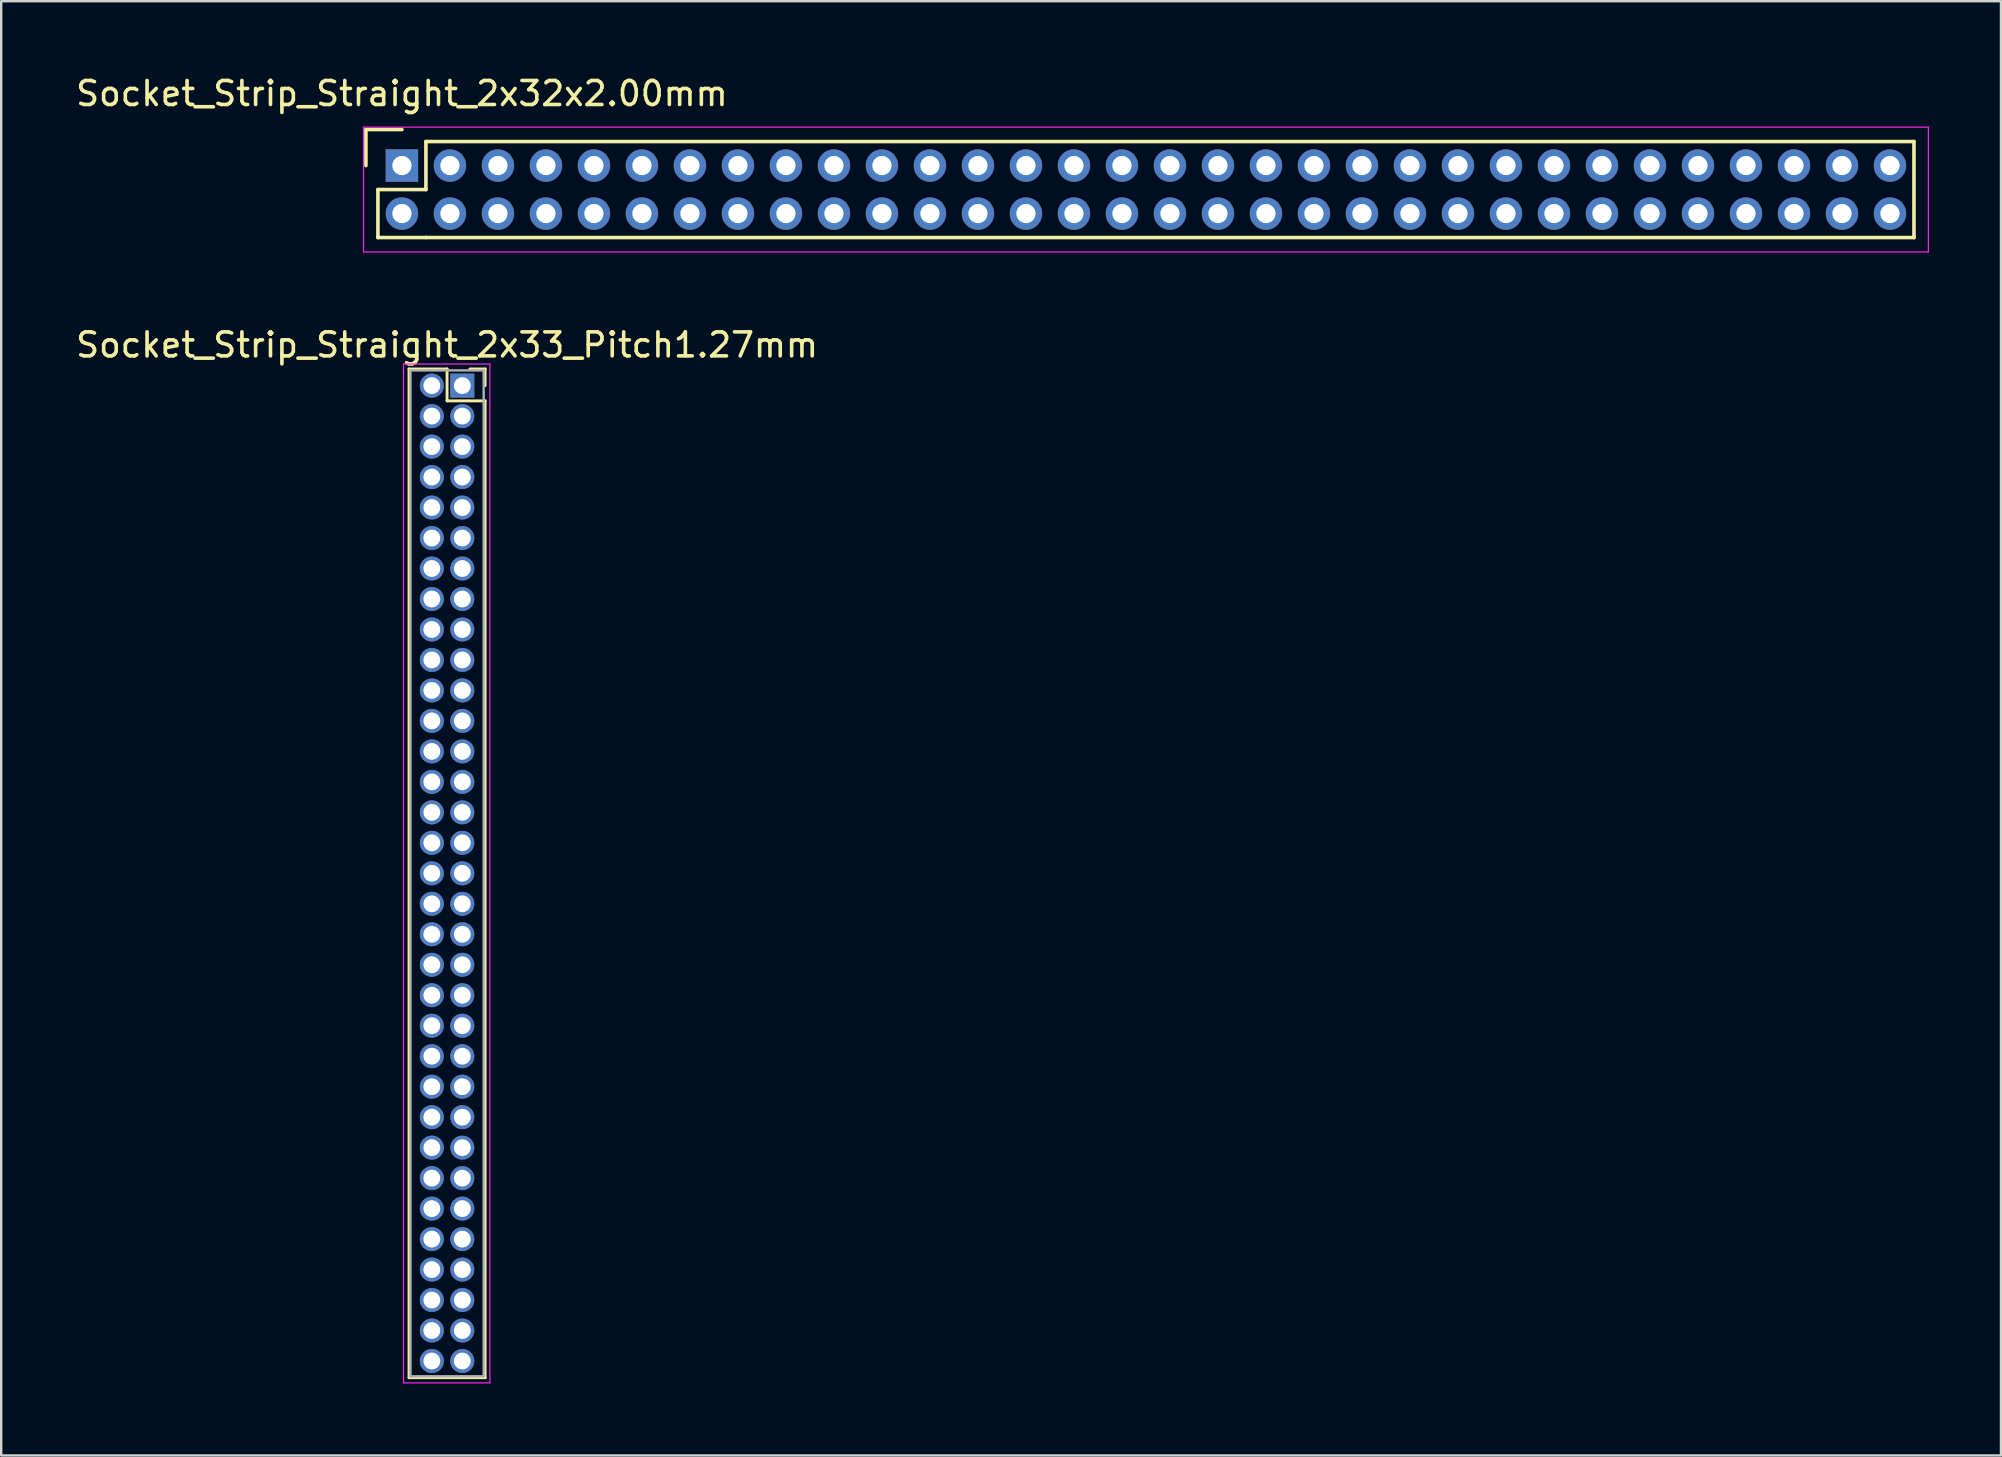
<source format=kicad_pcb>
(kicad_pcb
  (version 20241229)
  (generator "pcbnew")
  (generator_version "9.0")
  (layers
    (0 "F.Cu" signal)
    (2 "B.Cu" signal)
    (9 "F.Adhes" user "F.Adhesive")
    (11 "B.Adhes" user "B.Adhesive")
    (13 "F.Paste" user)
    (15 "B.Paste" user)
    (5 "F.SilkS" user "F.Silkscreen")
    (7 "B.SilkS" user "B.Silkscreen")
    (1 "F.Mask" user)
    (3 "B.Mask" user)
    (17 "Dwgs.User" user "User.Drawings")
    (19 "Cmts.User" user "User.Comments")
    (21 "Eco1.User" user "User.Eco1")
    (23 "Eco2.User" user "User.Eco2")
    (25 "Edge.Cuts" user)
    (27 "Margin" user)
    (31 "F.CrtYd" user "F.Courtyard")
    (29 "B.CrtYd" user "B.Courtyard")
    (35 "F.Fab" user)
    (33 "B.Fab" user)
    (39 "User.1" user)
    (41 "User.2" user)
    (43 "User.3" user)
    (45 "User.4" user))
  (footprint "Socket_Strip_Straight_2x32x2.00mm"
    (layer "F.Cu")
    (at 13.696 3.848)
    (property "Reference" "Socket_Strip_Straight_2x32x2.00mm" (at 0 -3 0) (layer "F.SilkS") (effects (font (size 1 1) (thickness 0.15))))
    (attr through_hole)
    (fp_line (start -1.5 -1.5) (end -1.5 0) (stroke (width 0.15) (type solid)) (layer "F.SilkS"))
    (fp_line (start -1 1) (end -1 3) (stroke (width 0.15) (type solid)) (layer "F.SilkS"))
    (fp_line (start -1 3) (end 1 3) (stroke (width 0.15) (type solid)) (layer "F.SilkS"))
    (fp_line (start 0 -1.5) (end -1.5 -1.5) (stroke (width 0.15) (type solid)) (layer "F.SilkS"))
    (fp_line (start 1 -1) (end 1 1) (stroke (width 0.15) (type solid)) (layer "F.SilkS"))
    (fp_line (start 1 1) (end -1 1) (stroke (width 0.15) (type solid)) (layer "F.SilkS"))
    (fp_line (start 1 3) (end 63 3) (stroke (width 0.15) (type solid)) (layer "F.SilkS"))
    (fp_line (start 63 -1) (end 1 -1) (stroke (width 0.15) (type solid)) (layer "F.SilkS"))
    (fp_line (start 63 3) (end 63 -1) (stroke (width 0.15) (type solid)) (layer "F.SilkS"))
    (fp_line (start -1.6 -1.6) (end -1.6 3.6) (stroke (width 0.05) (type solid)) (layer "F.CrtYd"))
    (fp_line (start -1.6 3.6) (end 63.6 3.6) (stroke (width 0.05) (type solid)) (layer "F.CrtYd"))
    (fp_line (start 63.6 -1.6) (end -1.6 -1.6) (stroke (width 0.05) (type solid)) (layer "F.CrtYd"))
    (fp_line (start 63.6 3.6) (end 63.6 -1.6) (stroke (width 0.05) (type solid)) (layer "F.CrtYd"))
    (pad "1" thru_hole rect (at 0 0) (size 1.35 1.35) (drill 0.8) (layers "*.Cu" "*.Mask"))
    (pad "2" thru_hole circle (at 0 2) (size 1.35 1.35) (drill 0.8) (layers "*.Cu" "*.Mask"))
    (pad "3" thru_hole circle (at 2 0) (size 1.35 1.35) (drill 0.8) (layers "*.Cu" "*.Mask"))
    (pad "4" thru_hole circle (at 2 2) (size 1.35 1.35) (drill 0.8) (layers "*.Cu" "*.Mask"))
    (pad "5" thru_hole circle (at 4 0) (size 1.35 1.35) (drill 0.8) (layers "*.Cu" "*.Mask"))
    (pad "6" thru_hole circle (at 4 2) (size 1.35 1.35) (drill 0.8) (layers "*.Cu" "*.Mask"))
    (pad "7" thru_hole circle (at 6 0) (size 1.35 1.35) (drill 0.8) (layers "*.Cu" "*.Mask"))
    (pad "8" thru_hole circle (at 6 2) (size 1.35 1.35) (drill 0.8) (layers "*.Cu" "*.Mask"))
    (pad "9" thru_hole circle (at 8 0) (size 1.35 1.35) (drill 0.8) (layers "*.Cu" "*.Mask"))
    (pad "10" thru_hole circle (at 8 2) (size 1.35 1.35) (drill 0.8) (layers "*.Cu" "*.Mask"))
    (pad "11" thru_hole circle (at 10 0) (size 1.35 1.35) (drill 0.8) (layers "*.Cu" "*.Mask"))
    (pad "12" thru_hole circle (at 10 2) (size 1.35 1.35) (drill 0.8) (layers "*.Cu" "*.Mask"))
    (pad "13" thru_hole circle (at 12 0) (size 1.35 1.35) (drill 0.8) (layers "*.Cu" "*.Mask"))
    (pad "14" thru_hole circle (at 12 2) (size 1.35 1.35) (drill 0.8) (layers "*.Cu" "*.Mask"))
    (pad "15" thru_hole circle (at 14 0) (size 1.35 1.35) (drill 0.8) (layers "*.Cu" "*.Mask"))
    (pad "16" thru_hole circle (at 14 2) (size 1.35 1.35) (drill 0.8) (layers "*.Cu" "*.Mask"))
    (pad "17" thru_hole circle (at 16 0) (size 1.35 1.35) (drill 0.8) (layers "*.Cu" "*.Mask"))
    (pad "18" thru_hole circle (at 16 2) (size 1.35 1.35) (drill 0.8) (layers "*.Cu" "*.Mask"))
    (pad "19" thru_hole circle (at 18 0) (size 1.35 1.35) (drill 0.8) (layers "*.Cu" "*.Mask"))
    (pad "20" thru_hole circle (at 18 2) (size 1.35 1.35) (drill 0.8) (layers "*.Cu" "*.Mask"))
    (pad "21" thru_hole circle (at 20 0) (size 1.35 1.35) (drill 0.8) (layers "*.Cu" "*.Mask"))
    (pad "22" thru_hole circle (at 20 2) (size 1.35 1.35) (drill 0.8) (layers "*.Cu" "*.Mask"))
    (pad "23" thru_hole circle (at 22 0) (size 1.35 1.35) (drill 0.8) (layers "*.Cu" "*.Mask"))
    (pad "24" thru_hole circle (at 22 2) (size 1.35 1.35) (drill 0.8) (layers "*.Cu" "*.Mask"))
    (pad "25" thru_hole circle (at 24 0) (size 1.35 1.35) (drill 0.8) (layers "*.Cu" "*.Mask"))
    (pad "26" thru_hole circle (at 24 2) (size 1.35 1.35) (drill 0.8) (layers "*.Cu" "*.Mask"))
    (pad "27" thru_hole circle (at 26 0) (size 1.35 1.35) (drill 0.8) (layers "*.Cu" "*.Mask"))
    (pad "28" thru_hole circle (at 26 2) (size 1.35 1.35) (drill 0.8) (layers "*.Cu" "*.Mask"))
    (pad "29" thru_hole circle (at 28 0) (size 1.35 1.35) (drill 0.8) (layers "*.Cu" "*.Mask"))
    (pad "30" thru_hole circle (at 28 2) (size 1.35 1.35) (drill 0.8) (layers "*.Cu" "*.Mask"))
    (pad "31" thru_hole circle (at 30 0) (size 1.35 1.35) (drill 0.8) (layers "*.Cu" "*.Mask"))
    (pad "32" thru_hole circle (at 30 2) (size 1.35 1.35) (drill 0.8) (layers "*.Cu" "*.Mask"))
    (pad "33" thru_hole circle (at 32 0) (size 1.35 1.35) (drill 0.8) (layers "*.Cu" "*.Mask"))
    (pad "34" thru_hole circle (at 32 2) (size 1.35 1.35) (drill 0.8) (layers "*.Cu" "*.Mask"))
    (pad "35" thru_hole circle (at 34 0) (size 1.35 1.35) (drill 0.8) (layers "*.Cu" "*.Mask"))
    (pad "36" thru_hole circle (at 34 2) (size 1.35 1.35) (drill 0.8) (layers "*.Cu" "*.Mask"))
    (pad "37" thru_hole circle (at 36 0) (size 1.35 1.35) (drill 0.8) (layers "*.Cu" "*.Mask"))
    (pad "38" thru_hole circle (at 36 2) (size 1.35 1.35) (drill 0.8) (layers "*.Cu" "*.Mask"))
    (pad "39" thru_hole circle (at 38 0) (size 1.35 1.35) (drill 0.8) (layers "*.Cu" "*.Mask"))
    (pad "40" thru_hole circle (at 38 2) (size 1.35 1.35) (drill 0.8) (layers "*.Cu" "*.Mask"))
    (pad "41" thru_hole circle (at 40 0) (size 1.35 1.35) (drill 0.8) (layers "*.Cu" "*.Mask"))
    (pad "42" thru_hole circle (at 40 2) (size 1.35 1.35) (drill 0.8) (layers "*.Cu" "*.Mask"))
    (pad "43" thru_hole circle (at 42 0) (size 1.35 1.35) (drill 0.8) (layers "*.Cu" "*.Mask"))
    (pad "44" thru_hole circle (at 42 2) (size 1.35 1.35) (drill 0.8) (layers "*.Cu" "*.Mask"))
    (pad "45" thru_hole circle (at 44 0) (size 1.35 1.35) (drill 0.8) (layers "*.Cu" "*.Mask"))
    (pad "46" thru_hole circle (at 44 2) (size 1.35 1.35) (drill 0.8) (layers "*.Cu" "*.Mask"))
    (pad "47" thru_hole circle (at 46 0) (size 1.35 1.35) (drill 0.8) (layers "*.Cu" "*.Mask"))
    (pad "48" thru_hole circle (at 46 2) (size 1.35 1.35) (drill 0.8) (layers "*.Cu" "*.Mask"))
    (pad "49" thru_hole circle (at 48 0) (size 1.35 1.35) (drill 0.8) (layers "*.Cu" "*.Mask"))
    (pad "50" thru_hole circle (at 48 2) (size 1.35 1.35) (drill 0.8) (layers "*.Cu" "*.Mask"))
    (pad "51" thru_hole circle (at 50 0) (size 1.35 1.35) (drill 0.8) (layers "*.Cu" "*.Mask"))
    (pad "52" thru_hole circle (at 50 2) (size 1.35 1.35) (drill 0.8) (layers "*.Cu" "*.Mask"))
    (pad "53" thru_hole circle (at 52 0) (size 1.35 1.35) (drill 0.8) (layers "*.Cu" "*.Mask"))
    (pad "54" thru_hole circle (at 52 2) (size 1.35 1.35) (drill 0.8) (layers "*.Cu" "*.Mask"))
    (pad "55" thru_hole circle (at 54 0) (size 1.35 1.35) (drill 0.8) (layers "*.Cu" "*.Mask"))
    (pad "56" thru_hole circle (at 54 2) (size 1.35 1.35) (drill 0.8) (layers "*.Cu" "*.Mask"))
    (pad "57" thru_hole circle (at 56 0) (size 1.35 1.35) (drill 0.8) (layers "*.Cu" "*.Mask"))
    (pad "58" thru_hole circle (at 56 2) (size 1.35 1.35) (drill 0.8) (layers "*.Cu" "*.Mask"))
    (pad "59" thru_hole circle (at 58 0) (size 1.35 1.35) (drill 0.8) (layers "*.Cu" "*.Mask"))
    (pad "60" thru_hole circle (at 58 2) (size 1.35 1.35) (drill 0.8) (layers "*.Cu" "*.Mask"))
    (pad "61" thru_hole circle (at 60 0) (size 1.35 1.35) (drill 0.8) (layers "*.Cu" "*.Mask"))
    (pad "62" thru_hole circle (at 60 2) (size 1.35 1.35) (drill 0.8) (layers "*.Cu" "*.Mask"))
    (pad "63" thru_hole circle (at 62 0) (size 1.35 1.35) (drill 0.8) (layers "*.Cu" "*.Mask"))
    (pad "64" thru_hole circle (at 62 2) (size 1.35 1.35) (drill 0.8) (layers "*.Cu" "*.Mask")))
  (footprint "Socket_Strip_Straight_2x33_Pitch1.27mm"
    (layer "F.Cu")
    (at 16.212 13.017)
    (property "Reference" "Socket_Strip_Straight_2x33_Pitch1.27mm" (at -0.635 -1.695 0) (layer "F.SilkS") (effects (font (size 1 1) (thickness 0.15))))
    (attr through_hole)
    (fp_line (start -2.22 -0.695) (end -0.635 -0.695) (stroke (width 0.12) (type solid)) (layer "F.SilkS"))
    (fp_line (start -2.22 41.335) (end -2.22 -0.695) (stroke (width 0.12) (type solid)) (layer "F.SilkS"))
    (fp_line (start -0.635 -0.695) (end -0.635 0.635) (stroke (width 0.12) (type solid)) (layer "F.SilkS"))
    (fp_line (start -0.635 0.635) (end 0.95 0.635) (stroke (width 0.12) (type solid)) (layer "F.SilkS"))
    (fp_line (start 0.95 -0.695) (end 0.315 -0.695) (stroke (width 0.12) (type solid)) (layer "F.SilkS"))
    (fp_line (start 0.95 0) (end 0.95 -0.695) (stroke (width 0.12) (type solid)) (layer "F.SilkS"))
    (fp_line (start 0.95 0.635) (end 0.95 41.335) (stroke (width 0.12) (type solid)) (layer "F.SilkS"))
    (fp_line (start 0.95 41.335) (end -2.22 41.335) (stroke (width 0.12) (type solid)) (layer "F.SilkS"))
    (fp_line (start -2.45 -0.9) (end -2.45 41.55) (stroke (width 0.05) (type solid)) (layer "F.CrtYd"))
    (fp_line (start -2.45 41.55) (end 1.15 41.55) (stroke (width 0.05) (type solid)) (layer "F.CrtYd"))
    (fp_line (start 1.15 -0.9) (end -2.45 -0.9) (stroke (width 0.05) (type solid)) (layer "F.CrtYd"))
    (fp_line (start 1.15 41.55) (end 1.15 -0.9) (stroke (width 0.05) (type solid)) (layer "F.CrtYd"))
    (fp_line (start -2.16 -0.635) (end -2.16 41.275) (stroke (width 0.1) (type solid)) (layer "F.Fab"))
    (fp_line (start -2.16 41.275) (end 0.89 41.275) (stroke (width 0.1) (type solid)) (layer "F.Fab"))
    (fp_line (start 0.89 -0.635) (end -2.16 -0.635) (stroke (width 0.1) (type solid)) (layer "F.Fab"))
    (fp_line (start 0.89 41.275) (end 0.89 -0.635) (stroke (width 0.1) (type solid)) (layer "F.Fab"))
    (pad "1" thru_hole rect (at 0 0) (size 1 1) (drill 0.7) (layers "*.Cu" "*.Mask"))
    (pad "2" thru_hole oval (at -1.27 0) (size 1 1) (drill 0.7) (layers "*.Cu" "*.Mask"))
    (pad "3" thru_hole oval (at 0 1.27) (size 1 1) (drill 0.7) (layers "*.Cu" "*.Mask"))
    (pad "4" thru_hole oval (at -1.27 1.27) (size 1 1) (drill 0.7) (layers "*.Cu" "*.Mask"))
    (pad "5" thru_hole oval (at 0 2.54) (size 1 1) (drill 0.7) (layers "*.Cu" "*.Mask"))
    (pad "6" thru_hole oval (at -1.27 2.54) (size 1 1) (drill 0.7) (layers "*.Cu" "*.Mask"))
    (pad "7" thru_hole oval (at 0 3.81) (size 1 1) (drill 0.7) (layers "*.Cu" "*.Mask"))
    (pad "8" thru_hole oval (at -1.27 3.81) (size 1 1) (drill 0.7) (layers "*.Cu" "*.Mask"))
    (pad "9" thru_hole oval (at 0 5.08) (size 1 1) (drill 0.7) (layers "*.Cu" "*.Mask"))
    (pad "10" thru_hole oval (at -1.27 5.08) (size 1 1) (drill 0.7) (layers "*.Cu" "*.Mask"))
    (pad "11" thru_hole oval (at 0 6.35) (size 1 1) (drill 0.7) (layers "*.Cu" "*.Mask"))
    (pad "12" thru_hole oval (at -1.27 6.35) (size 1 1) (drill 0.7) (layers "*.Cu" "*.Mask"))
    (pad "13" thru_hole oval (at 0 7.62) (size 1 1) (drill 0.7) (layers "*.Cu" "*.Mask"))
    (pad "14" thru_hole oval (at -1.27 7.62) (size 1 1) (drill 0.7) (layers "*.Cu" "*.Mask"))
    (pad "15" thru_hole oval (at 0 8.89) (size 1 1) (drill 0.7) (layers "*.Cu" "*.Mask"))
    (pad "16" thru_hole oval (at -1.27 8.89) (size 1 1) (drill 0.7) (layers "*.Cu" "*.Mask"))
    (pad "17" thru_hole oval (at 0 10.16) (size 1 1) (drill 0.7) (layers "*.Cu" "*.Mask"))
    (pad "18" thru_hole oval (at -1.27 10.16) (size 1 1) (drill 0.7) (layers "*.Cu" "*.Mask"))
    (pad "19" thru_hole oval (at 0 11.43) (size 1 1) (drill 0.7) (layers "*.Cu" "*.Mask"))
    (pad "20" thru_hole oval (at -1.27 11.43) (size 1 1) (drill 0.7) (layers "*.Cu" "*.Mask"))
    (pad "21" thru_hole oval (at 0 12.7) (size 1 1) (drill 0.7) (layers "*.Cu" "*.Mask"))
    (pad "22" thru_hole oval (at -1.27 12.7) (size 1 1) (drill 0.7) (layers "*.Cu" "*.Mask"))
    (pad "23" thru_hole oval (at 0 13.97) (size 1 1) (drill 0.7) (layers "*.Cu" "*.Mask"))
    (pad "24" thru_hole oval (at -1.27 13.97) (size 1 1) (drill 0.7) (layers "*.Cu" "*.Mask"))
    (pad "25" thru_hole oval (at 0 15.24) (size 1 1) (drill 0.7) (layers "*.Cu" "*.Mask"))
    (pad "26" thru_hole oval (at -1.27 15.24) (size 1 1) (drill 0.7) (layers "*.Cu" "*.Mask"))
    (pad "27" thru_hole oval (at 0 16.51) (size 1 1) (drill 0.7) (layers "*.Cu" "*.Mask"))
    (pad "28" thru_hole oval (at -1.27 16.51) (size 1 1) (drill 0.7) (layers "*.Cu" "*.Mask"))
    (pad "29" thru_hole oval (at 0 17.78) (size 1 1) (drill 0.7) (layers "*.Cu" "*.Mask"))
    (pad "30" thru_hole oval (at -1.27 17.78) (size 1 1) (drill 0.7) (layers "*.Cu" "*.Mask"))
    (pad "31" thru_hole oval (at 0 19.05) (size 1 1) (drill 0.7) (layers "*.Cu" "*.Mask"))
    (pad "32" thru_hole oval (at -1.27 19.05) (size 1 1) (drill 0.7) (layers "*.Cu" "*.Mask"))
    (pad "33" thru_hole oval (at 0 20.32) (size 1 1) (drill 0.7) (layers "*.Cu" "*.Mask"))
    (pad "34" thru_hole oval (at -1.27 20.32) (size 1 1) (drill 0.7) (layers "*.Cu" "*.Mask"))
    (pad "35" thru_hole oval (at 0 21.59) (size 1 1) (drill 0.7) (layers "*.Cu" "*.Mask"))
    (pad "36" thru_hole oval (at -1.27 21.59) (size 1 1) (drill 0.7) (layers "*.Cu" "*.Mask"))
    (pad "37" thru_hole oval (at 0 22.86) (size 1 1) (drill 0.7) (layers "*.Cu" "*.Mask"))
    (pad "38" thru_hole oval (at -1.27 22.86) (size 1 1) (drill 0.7) (layers "*.Cu" "*.Mask"))
    (pad "39" thru_hole oval (at 0 24.13) (size 1 1) (drill 0.7) (layers "*.Cu" "*.Mask"))
    (pad "40" thru_hole oval (at -1.27 24.13) (size 1 1) (drill 0.7) (layers "*.Cu" "*.Mask"))
    (pad "41" thru_hole oval (at 0 25.4) (size 1 1) (drill 0.7) (layers "*.Cu" "*.Mask"))
    (pad "42" thru_hole oval (at -1.27 25.4) (size 1 1) (drill 0.7) (layers "*.Cu" "*.Mask"))
    (pad "43" thru_hole oval (at 0 26.67) (size 1 1) (drill 0.7) (layers "*.Cu" "*.Mask"))
    (pad "44" thru_hole oval (at -1.27 26.67) (size 1 1) (drill 0.7) (layers "*.Cu" "*.Mask"))
    (pad "45" thru_hole oval (at 0 27.94) (size 1 1) (drill 0.7) (layers "*.Cu" "*.Mask"))
    (pad "46" thru_hole oval (at -1.27 27.94) (size 1 1) (drill 0.7) (layers "*.Cu" "*.Mask"))
    (pad "47" thru_hole oval (at 0 29.21) (size 1 1) (drill 0.7) (layers "*.Cu" "*.Mask"))
    (pad "48" thru_hole oval (at -1.27 29.21) (size 1 1) (drill 0.7) (layers "*.Cu" "*.Mask"))
    (pad "49" thru_hole oval (at 0 30.48) (size 1 1) (drill 0.7) (layers "*.Cu" "*.Mask"))
    (pad "50" thru_hole oval (at -1.27 30.48) (size 1 1) (drill 0.7) (layers "*.Cu" "*.Mask"))
    (pad "51" thru_hole oval (at 0 31.75) (size 1 1) (drill 0.7) (layers "*.Cu" "*.Mask"))
    (pad "52" thru_hole oval (at -1.27 31.75) (size 1 1) (drill 0.7) (layers "*.Cu" "*.Mask"))
    (pad "53" thru_hole oval (at 0 33.02) (size 1 1) (drill 0.7) (layers "*.Cu" "*.Mask"))
    (pad "54" thru_hole oval (at -1.27 33.02) (size 1 1) (drill 0.7) (layers "*.Cu" "*.Mask"))
    (pad "55" thru_hole oval (at 0 34.29) (size 1 1) (drill 0.7) (layers "*.Cu" "*.Mask"))
    (pad "56" thru_hole oval (at -1.27 34.29) (size 1 1) (drill 0.7) (layers "*.Cu" "*.Mask"))
    (pad "57" thru_hole oval (at 0 35.56) (size 1 1) (drill 0.7) (layers "*.Cu" "*.Mask"))
    (pad "58" thru_hole oval (at -1.27 35.56) (size 1 1) (drill 0.7) (layers "*.Cu" "*.Mask"))
    (pad "59" thru_hole oval (at 0 36.83) (size 1 1) (drill 0.7) (layers "*.Cu" "*.Mask"))
    (pad "60" thru_hole oval (at -1.27 36.83) (size 1 1) (drill 0.7) (layers "*.Cu" "*.Mask"))
    (pad "61" thru_hole oval (at 0 38.1) (size 1 1) (drill 0.7) (layers "*.Cu" "*.Mask"))
    (pad "62" thru_hole oval (at -1.27 38.1) (size 1 1) (drill 0.7) (layers "*.Cu" "*.Mask"))
    (pad "63" thru_hole oval (at 0 39.37) (size 1 1) (drill 0.7) (layers "*.Cu" "*.Mask"))
    (pad "64" thru_hole oval (at -1.27 39.37) (size 1 1) (drill 0.7) (layers "*.Cu" "*.Mask"))
    (pad "65" thru_hole oval (at 0 40.64) (size 1 1) (drill 0.7) (layers "*.Cu" "*.Mask"))
    (pad "66" thru_hole oval (at -1.27 40.64) (size 1 1) (drill 0.7) (layers "*.Cu" "*.Mask")))
  (gr_rect
    (start -3 -3)
    (end 80.321 57.592)
    (stroke (width 0.1) (type default))
    (fill no)
    (layer "Edge.Cuts")))
</source>
